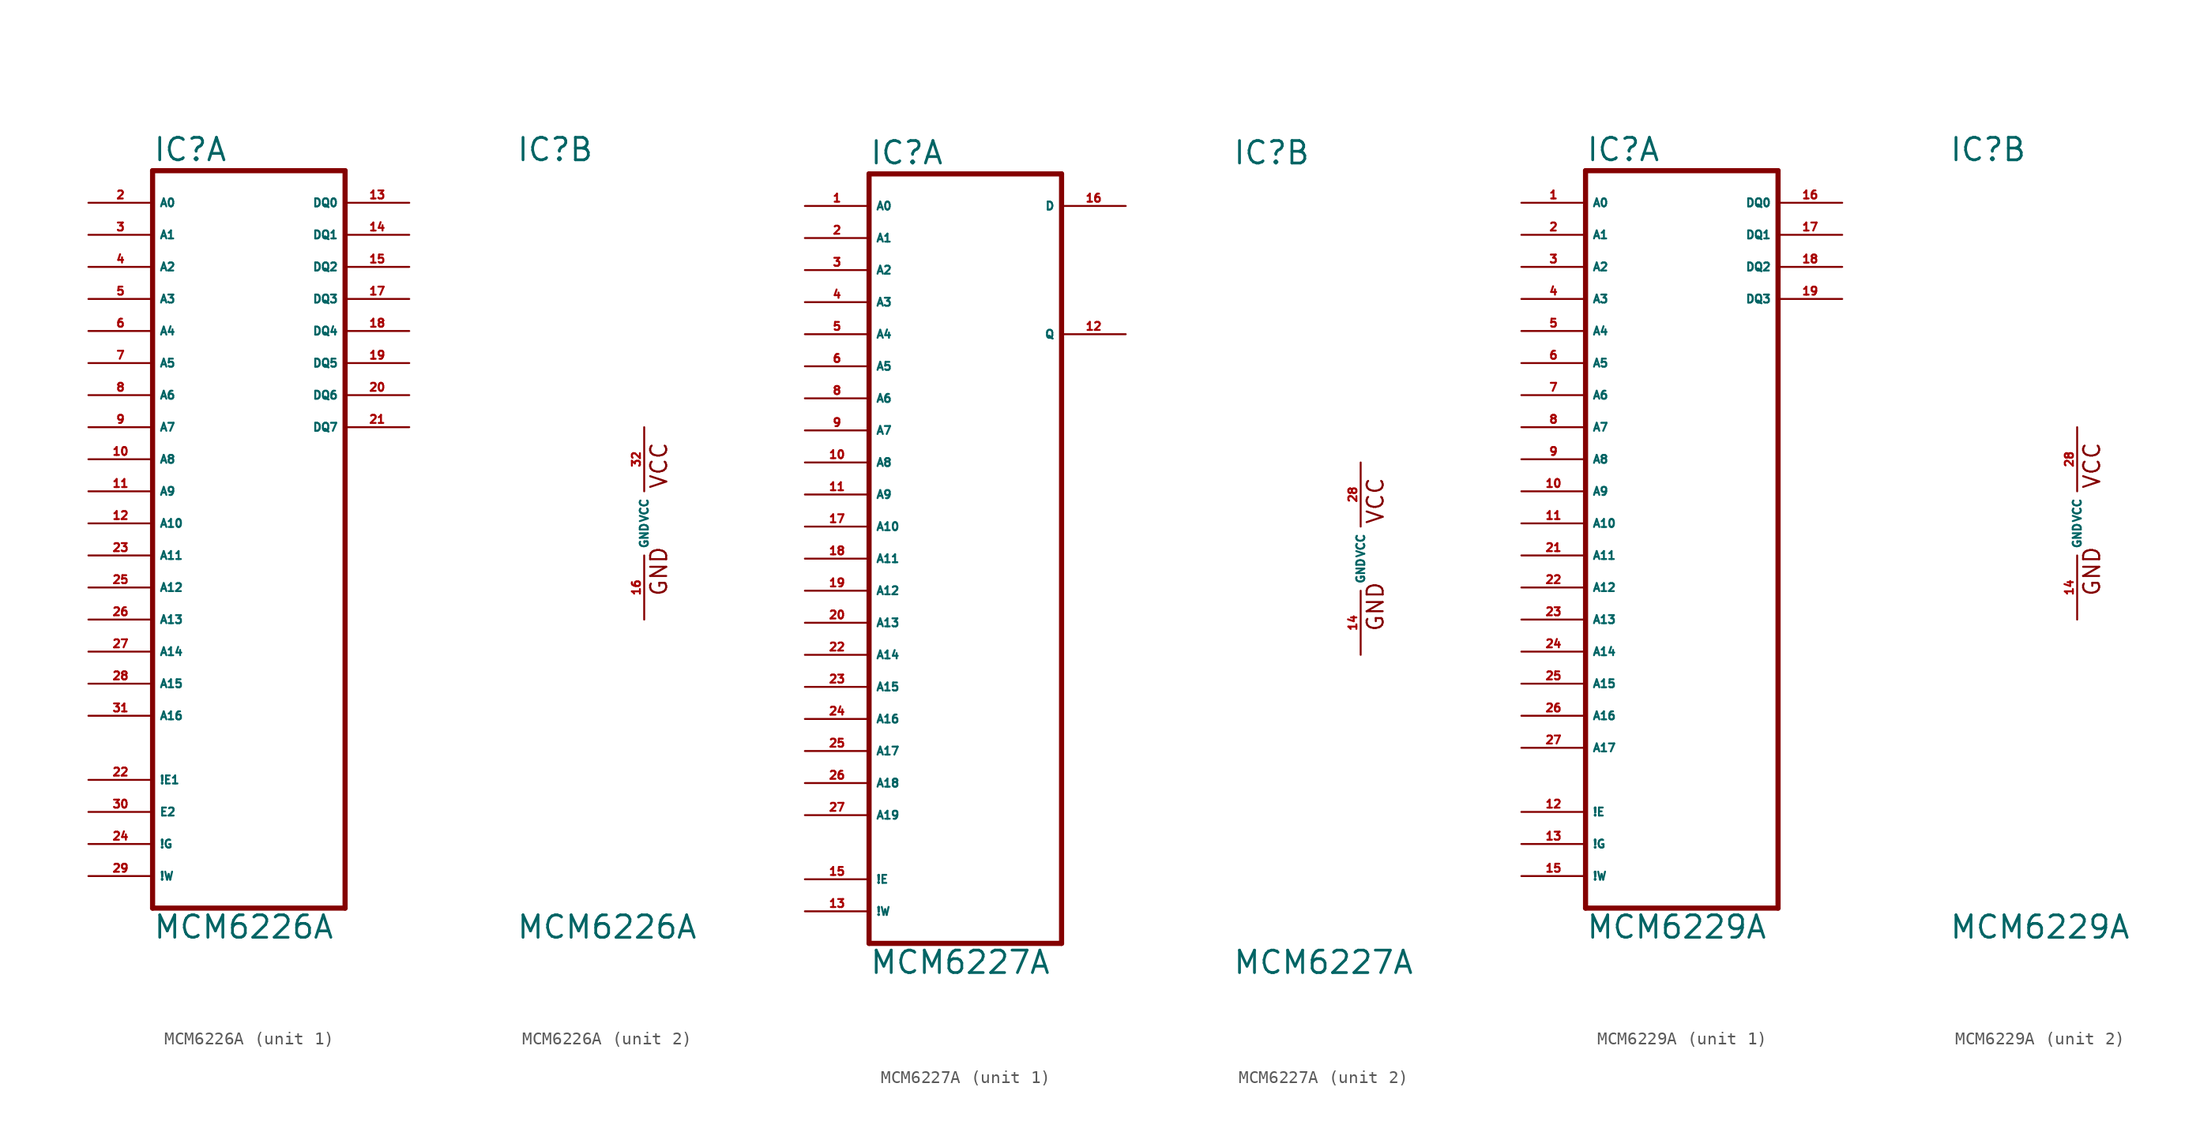
<source format=kicad_sym>
(kicad_symbol_lib
  (version 20220914)
  (generator Eagle2Kicad)
  (symbol "MCM6226A"
    (property "Reference" "IC"
      (at -10.16 28.575 0)
      (effects (font (size 1.778 1.778) (thickness 0.22)) (justify left bottom)))
    (property "Value" "MCM6226A"
      (at -10.16 -33.02 0)
      (effects (font (size 1.778 1.778) (thickness 0.22)) (justify left bottom)))
    (symbol "MCM6226A_1_0"
      (polyline (pts (xy -10.16 27.94) (xy -10.16 -30.48)) (stroke (width 0.406) (type default)) (fill (type none)))
      (polyline (pts (xy 5.08 -30.48) (xy -10.16 -30.48)) (stroke (width 0.406) (type default)) (fill (type none)))
      (polyline (pts (xy 5.08 -30.48) (xy 5.08 27.94)) (stroke (width 0.406) (type default)) (fill (type none)))
      (polyline (pts (xy -10.16 27.94) (xy 5.08 27.94)) (stroke (width 0.406) (type default)) (fill (type none)))
      (pin input line (at -15.24 25.4 0) (length 5.08) (name "A0" (effects (font (size 0.635 0.635) (thickness 0.08)) (justify left bottom))) (number "2" (effects (font (size 0.635 0.635) (thickness 0.08)) (justify left bottom))))
      (pin input line (at -15.24 22.86 0) (length 5.08) (name "A1" (effects (font (size 0.635 0.635) (thickness 0.08)) (justify left bottom))) (number "3" (effects (font (size 0.635 0.635) (thickness 0.08)) (justify left bottom))))
      (pin input line (at -15.24 20.32 0) (length 5.08) (name "A2" (effects (font (size 0.635 0.635) (thickness 0.08)) (justify left bottom))) (number "4" (effects (font (size 0.635 0.635) (thickness 0.08)) (justify left bottom))))
      (pin input line (at -15.24 17.78 0) (length 5.08) (name "A3" (effects (font (size 0.635 0.635) (thickness 0.08)) (justify left bottom))) (number "5" (effects (font (size 0.635 0.635) (thickness 0.08)) (justify left bottom))))
      (pin input line (at -15.24 15.24 0) (length 5.08) (name "A4" (effects (font (size 0.635 0.635) (thickness 0.08)) (justify left bottom))) (number "6" (effects (font (size 0.635 0.635) (thickness 0.08)) (justify left bottom))))
      (pin input line (at -15.24 12.7 0) (length 5.08) (name "A5" (effects (font (size 0.635 0.635) (thickness 0.08)) (justify left bottom))) (number "7" (effects (font (size 0.635 0.635) (thickness 0.08)) (justify left bottom))))
      (pin input line (at -15.24 10.16 0) (length 5.08) (name "A6" (effects (font (size 0.635 0.635) (thickness 0.08)) (justify left bottom))) (number "8" (effects (font (size 0.635 0.635) (thickness 0.08)) (justify left bottom))))
      (pin input line (at -15.24 7.62 0) (length 5.08) (name "A7" (effects (font (size 0.635 0.635) (thickness 0.08)) (justify left bottom))) (number "9" (effects (font (size 0.635 0.635) (thickness 0.08)) (justify left bottom))))
      (pin input line (at -15.24 5.08 0) (length 5.08) (name "A8" (effects (font (size 0.635 0.635) (thickness 0.08)) (justify left bottom))) (number "10" (effects (font (size 0.635 0.635) (thickness 0.08)) (justify left bottom))))
      (pin bidirectional line (at 10.16 25.4 180) (length 5.08) (name "DQ0" (effects (font (size 0.635 0.635) (thickness 0.08)) (justify left bottom))) (number "13" (effects (font (size 0.635 0.635) (thickness 0.08)) (justify left bottom))))
      (pin bidirectional line (at 10.16 22.86 180) (length 5.08) (name "DQ1" (effects (font (size 0.635 0.635) (thickness 0.08)) (justify left bottom))) (number "14" (effects (font (size 0.635 0.635) (thickness 0.08)) (justify left bottom))))
      (pin bidirectional line (at 10.16 20.32 180) (length 5.08) (name "DQ2" (effects (font (size 0.635 0.635) (thickness 0.08)) (justify left bottom))) (number "15" (effects (font (size 0.635 0.635) (thickness 0.08)) (justify left bottom))))
      (pin bidirectional line (at 10.16 17.78 180) (length 5.08) (name "DQ3" (effects (font (size 0.635 0.635) (thickness 0.08)) (justify left bottom))) (number "17" (effects (font (size 0.635 0.635) (thickness 0.08)) (justify left bottom))))
      (pin bidirectional line (at 10.16 15.24 180) (length 5.08) (name "DQ4" (effects (font (size 0.635 0.635) (thickness 0.08)) (justify left bottom))) (number "18" (effects (font (size 0.635 0.635) (thickness 0.08)) (justify left bottom))))
      (pin bidirectional line (at 10.16 12.7 180) (length 5.08) (name "DQ5" (effects (font (size 0.635 0.635) (thickness 0.08)) (justify left bottom))) (number "19" (effects (font (size 0.635 0.635) (thickness 0.08)) (justify left bottom))))
      (pin bidirectional line (at 10.16 10.16 180) (length 5.08) (name "DQ6" (effects (font (size 0.635 0.635) (thickness 0.08)) (justify left bottom))) (number "20" (effects (font (size 0.635 0.635) (thickness 0.08)) (justify left bottom))))
      (pin bidirectional line (at 10.16 7.62 180) (length 5.08) (name "DQ7" (effects (font (size 0.635 0.635) (thickness 0.08)) (justify left bottom))) (number "21" (effects (font (size 0.635 0.635) (thickness 0.08)) (justify left bottom))))
      (pin input line (at -15.24 2.54 0) (length 5.08) (name "A9" (effects (font (size 0.635 0.635) (thickness 0.08)) (justify left bottom))) (number "11" (effects (font (size 0.635 0.635) (thickness 0.08)) (justify left bottom))))
      (pin input line (at -15.24 0 0) (length 5.08) (name "A10" (effects (font (size 0.635 0.635) (thickness 0.08)) (justify left bottom))) (number "12" (effects (font (size 0.635 0.635) (thickness 0.08)) (justify left bottom))))
      (pin input line (at -15.24 -2.54 0) (length 5.08) (name "A11" (effects (font (size 0.635 0.635) (thickness 0.08)) (justify left bottom))) (number "23" (effects (font (size 0.635 0.635) (thickness 0.08)) (justify left bottom))))
      (pin input line (at -15.24 -5.08 0) (length 5.08) (name "A12" (effects (font (size 0.635 0.635) (thickness 0.08)) (justify left bottom))) (number "25" (effects (font (size 0.635 0.635) (thickness 0.08)) (justify left bottom))))
      (pin input line (at -15.24 -7.62 0) (length 5.08) (name "A13" (effects (font (size 0.635 0.635) (thickness 0.08)) (justify left bottom))) (number "26" (effects (font (size 0.635 0.635) (thickness 0.08)) (justify left bottom))))
      (pin input line (at -15.24 -10.16 0) (length 5.08) (name "A14" (effects (font (size 0.635 0.635) (thickness 0.08)) (justify left bottom))) (number "27" (effects (font (size 0.635 0.635) (thickness 0.08)) (justify left bottom))))
      (pin input line (at -15.24 -20.32 0) (length 5.08) (name "!E1" (effects (font (size 0.635 0.635) (thickness 0.08)) (justify left bottom))) (number "22" (effects (font (size 0.635 0.635) (thickness 0.08)) (justify left bottom))))
      (pin input line (at -15.24 -25.4 0) (length 5.08) (name "!G" (effects (font (size 0.635 0.635) (thickness 0.08)) (justify left bottom))) (number "24" (effects (font (size 0.635 0.635) (thickness 0.08)) (justify left bottom))))
      (pin input line (at -15.24 -27.94 0) (length 5.08) (name "!W" (effects (font (size 0.635 0.635) (thickness 0.08)) (justify left bottom))) (number "29" (effects (font (size 0.635 0.635) (thickness 0.08)) (justify left bottom))))
      (pin input line (at -15.24 -22.86 0) (length 5.08) (name "E2" (effects (font (size 0.635 0.635) (thickness 0.08)) (justify left bottom))) (number "30" (effects (font (size 0.635 0.635) (thickness 0.08)) (justify left bottom))))
      (pin input line (at -15.24 -12.7 0) (length 5.08) (name "A15" (effects (font (size 0.635 0.635) (thickness 0.08)) (justify left bottom))) (number "28" (effects (font (size 0.635 0.635) (thickness 0.08)) (justify left bottom))))
      (pin input line (at -15.24 -15.24 0) (length 5.08) (name "A16" (effects (font (size 0.635 0.635) (thickness 0.08)) (justify left bottom))) (number "31" (effects (font (size 0.635 0.635) (thickness 0.08)) (justify left bottom)))))
    (symbol "MCM6226A_2_0"
      (text "GND" (at 1.905 -5.842 900) (effects (font (size 1.27 1.27) (thickness 0.16)) (justify left bottom)))
      (text "VCC" (at 1.905 2.667 900) (effects (font (size 1.27 1.27) (thickness 0.16)) (justify left bottom)))
      (pin unspecified line (at 0 -7.62 90) (length 5.08) (name "GND" (effects (font (size 0.635 0.635) (thickness 0.08)) (justify left bottom))) (number "16" (effects (font (size 0.635 0.635) (thickness 0.08)) (justify left bottom))))
      (pin unspecified line (at 0 7.62 270) (length 5.08) (name "VCC" (effects (font (size 0.635 0.635) (thickness 0.08)) (justify left bottom))) (number "32" (effects (font (size 0.635 0.635) (thickness 0.08)) (justify left bottom))))))
  (symbol "MCM6227A"
    (property "Reference" "IC"
      (at -10.16 31.115 0)
      (effects (font (size 1.778 1.778) (thickness 0.22)) (justify left bottom)))
    (property "Value" "MCM6227A"
      (at -10.16 -33.02 0)
      (effects (font (size 1.778 1.778) (thickness 0.22)) (justify left bottom)))
    (symbol "MCM6227A_1_0"
      (polyline (pts (xy -10.16 30.48) (xy -10.16 -30.48)) (stroke (width 0.406) (type default)) (fill (type none)))
      (polyline (pts (xy 5.08 -30.48) (xy -10.16 -30.48)) (stroke (width 0.406) (type default)) (fill (type none)))
      (polyline (pts (xy 5.08 -30.48) (xy 5.08 30.48)) (stroke (width 0.406) (type default)) (fill (type none)))
      (polyline (pts (xy -10.16 30.48) (xy 5.08 30.48)) (stroke (width 0.406) (type default)) (fill (type none)))
      (pin input line (at -15.24 27.94 0) (length 5.08) (name "A0" (effects (font (size 0.635 0.635) (thickness 0.08)) (justify left bottom))) (number "1" (effects (font (size 0.635 0.635) (thickness 0.08)) (justify left bottom))))
      (pin input line (at -15.24 25.4 0) (length 5.08) (name "A1" (effects (font (size 0.635 0.635) (thickness 0.08)) (justify left bottom))) (number "2" (effects (font (size 0.635 0.635) (thickness 0.08)) (justify left bottom))))
      (pin input line (at -15.24 22.86 0) (length 5.08) (name "A2" (effects (font (size 0.635 0.635) (thickness 0.08)) (justify left bottom))) (number "3" (effects (font (size 0.635 0.635) (thickness 0.08)) (justify left bottom))))
      (pin input line (at -15.24 20.32 0) (length 5.08) (name "A3" (effects (font (size 0.635 0.635) (thickness 0.08)) (justify left bottom))) (number "4" (effects (font (size 0.635 0.635) (thickness 0.08)) (justify left bottom))))
      (pin input line (at -15.24 17.78 0) (length 5.08) (name "A4" (effects (font (size 0.635 0.635) (thickness 0.08)) (justify left bottom))) (number "5" (effects (font (size 0.635 0.635) (thickness 0.08)) (justify left bottom))))
      (pin input line (at -15.24 15.24 0) (length 5.08) (name "A5" (effects (font (size 0.635 0.635) (thickness 0.08)) (justify left bottom))) (number "6" (effects (font (size 0.635 0.635) (thickness 0.08)) (justify left bottom))))
      (pin input line (at -15.24 12.7 0) (length 5.08) (name "A6" (effects (font (size 0.635 0.635) (thickness 0.08)) (justify left bottom))) (number "8" (effects (font (size 0.635 0.635) (thickness 0.08)) (justify left bottom))))
      (pin input line (at -15.24 10.16 0) (length 5.08) (name "A7" (effects (font (size 0.635 0.635) (thickness 0.08)) (justify left bottom))) (number "9" (effects (font (size 0.635 0.635) (thickness 0.08)) (justify left bottom))))
      (pin input line (at -15.24 7.62 0) (length 5.08) (name "A8" (effects (font (size 0.635 0.635) (thickness 0.08)) (justify left bottom))) (number "10" (effects (font (size 0.635 0.635) (thickness 0.08)) (justify left bottom))))
      (pin input line (at 10.16 27.94 180) (length 5.08) (name "D" (effects (font (size 0.635 0.635) (thickness 0.08)) (justify left bottom))) (number "16" (effects (font (size 0.635 0.635) (thickness 0.08)) (justify left bottom))))
      (pin tri_state line (at 10.16 17.78 180) (length 5.08) (name "Q" (effects (font (size 0.635 0.635) (thickness 0.08)) (justify left bottom))) (number "12" (effects (font (size 0.635 0.635) (thickness 0.08)) (justify left bottom))))
      (pin input line (at -15.24 -20.32 0) (length 5.08) (name "A19" (effects (font (size 0.635 0.635) (thickness 0.08)) (justify left bottom))) (number "27" (effects (font (size 0.635 0.635) (thickness 0.08)) (justify left bottom))))
      (pin input line (at -15.24 -17.78 0) (length 5.08) (name "A18" (effects (font (size 0.635 0.635) (thickness 0.08)) (justify left bottom))) (number "26" (effects (font (size 0.635 0.635) (thickness 0.08)) (justify left bottom))))
      (pin input line (at -15.24 -15.24 0) (length 5.08) (name "A17" (effects (font (size 0.635 0.635) (thickness 0.08)) (justify left bottom))) (number "25" (effects (font (size 0.635 0.635) (thickness 0.08)) (justify left bottom))))
      (pin input line (at -15.24 5.08 0) (length 5.08) (name "A9" (effects (font (size 0.635 0.635) (thickness 0.08)) (justify left bottom))) (number "11" (effects (font (size 0.635 0.635) (thickness 0.08)) (justify left bottom))))
      (pin input line (at -15.24 2.54 0) (length 5.08) (name "A10" (effects (font (size 0.635 0.635) (thickness 0.08)) (justify left bottom))) (number "17" (effects (font (size 0.635 0.635) (thickness 0.08)) (justify left bottom))))
      (pin input line (at -15.24 0 0) (length 5.08) (name "A11" (effects (font (size 0.635 0.635) (thickness 0.08)) (justify left bottom))) (number "18" (effects (font (size 0.635 0.635) (thickness 0.08)) (justify left bottom))))
      (pin input line (at -15.24 -2.54 0) (length 5.08) (name "A12" (effects (font (size 0.635 0.635) (thickness 0.08)) (justify left bottom))) (number "19" (effects (font (size 0.635 0.635) (thickness 0.08)) (justify left bottom))))
      (pin input line (at -15.24 -5.08 0) (length 5.08) (name "A13" (effects (font (size 0.635 0.635) (thickness 0.08)) (justify left bottom))) (number "20" (effects (font (size 0.635 0.635) (thickness 0.08)) (justify left bottom))))
      (pin input line (at -15.24 -7.62 0) (length 5.08) (name "A14" (effects (font (size 0.635 0.635) (thickness 0.08)) (justify left bottom))) (number "22" (effects (font (size 0.635 0.635) (thickness 0.08)) (justify left bottom))))
      (pin input line (at -15.24 -25.4 0) (length 5.08) (name "!E" (effects (font (size 0.635 0.635) (thickness 0.08)) (justify left bottom))) (number "15" (effects (font (size 0.635 0.635) (thickness 0.08)) (justify left bottom))))
      (pin input line (at -15.24 -27.94 0) (length 5.08) (name "!W" (effects (font (size 0.635 0.635) (thickness 0.08)) (justify left bottom))) (number "13" (effects (font (size 0.635 0.635) (thickness 0.08)) (justify left bottom))))
      (pin input line (at -15.24 -10.16 0) (length 5.08) (name "A15" (effects (font (size 0.635 0.635) (thickness 0.08)) (justify left bottom))) (number "23" (effects (font (size 0.635 0.635) (thickness 0.08)) (justify left bottom))))
      (pin input line (at -15.24 -12.7 0) (length 5.08) (name "A16" (effects (font (size 0.635 0.635) (thickness 0.08)) (justify left bottom))) (number "24" (effects (font (size 0.635 0.635) (thickness 0.08)) (justify left bottom)))))
    (symbol "MCM6227A_2_0"
      (text "GND" (at 1.905 -5.842 900) (effects (font (size 1.27 1.27) (thickness 0.16)) (justify left bottom)))
      (text "VCC" (at 1.905 2.667 900) (effects (font (size 1.27 1.27) (thickness 0.16)) (justify left bottom)))
      (pin unspecified line (at 0 -7.62 90) (length 5.08) (name "GND" (effects (font (size 0.635 0.635) (thickness 0.08)) (justify left bottom))) (number "14" (effects (font (size 0.635 0.635) (thickness 0.08)) (justify left bottom))))
      (pin unspecified line (at 0 7.62 270) (length 5.08) (name "VCC" (effects (font (size 0.635 0.635) (thickness 0.08)) (justify left bottom))) (number "28" (effects (font (size 0.635 0.635) (thickness 0.08)) (justify left bottom))))))
  (symbol "MCM6229A"
    (property "Reference" "IC"
      (at -10.16 28.575 0)
      (effects (font (size 1.778 1.778) (thickness 0.22)) (justify left bottom)))
    (property "Value" "MCM6229A"
      (at -10.16 -33.02 0)
      (effects (font (size 1.778 1.778) (thickness 0.22)) (justify left bottom)))
    (symbol "MCM6229A_1_0"
      (polyline (pts (xy -10.16 27.94) (xy -10.16 -30.48)) (stroke (width 0.406) (type default)) (fill (type none)))
      (polyline (pts (xy 5.08 -30.48) (xy -10.16 -30.48)) (stroke (width 0.406) (type default)) (fill (type none)))
      (polyline (pts (xy 5.08 -30.48) (xy 5.08 27.94)) (stroke (width 0.406) (type default)) (fill (type none)))
      (polyline (pts (xy -10.16 27.94) (xy 5.08 27.94)) (stroke (width 0.406) (type default)) (fill (type none)))
      (pin input line (at -15.24 25.4 0) (length 5.08) (name "A0" (effects (font (size 0.635 0.635) (thickness 0.08)) (justify left bottom))) (number "1" (effects (font (size 0.635 0.635) (thickness 0.08)) (justify left bottom))))
      (pin input line (at -15.24 22.86 0) (length 5.08) (name "A1" (effects (font (size 0.635 0.635) (thickness 0.08)) (justify left bottom))) (number "2" (effects (font (size 0.635 0.635) (thickness 0.08)) (justify left bottom))))
      (pin input line (at -15.24 20.32 0) (length 5.08) (name "A2" (effects (font (size 0.635 0.635) (thickness 0.08)) (justify left bottom))) (number "3" (effects (font (size 0.635 0.635) (thickness 0.08)) (justify left bottom))))
      (pin input line (at -15.24 17.78 0) (length 5.08) (name "A3" (effects (font (size 0.635 0.635) (thickness 0.08)) (justify left bottom))) (number "4" (effects (font (size 0.635 0.635) (thickness 0.08)) (justify left bottom))))
      (pin input line (at -15.24 15.24 0) (length 5.08) (name "A4" (effects (font (size 0.635 0.635) (thickness 0.08)) (justify left bottom))) (number "5" (effects (font (size 0.635 0.635) (thickness 0.08)) (justify left bottom))))
      (pin input line (at -15.24 12.7 0) (length 5.08) (name "A5" (effects (font (size 0.635 0.635) (thickness 0.08)) (justify left bottom))) (number "6" (effects (font (size 0.635 0.635) (thickness 0.08)) (justify left bottom))))
      (pin input line (at -15.24 10.16 0) (length 5.08) (name "A6" (effects (font (size 0.635 0.635) (thickness 0.08)) (justify left bottom))) (number "7" (effects (font (size 0.635 0.635) (thickness 0.08)) (justify left bottom))))
      (pin input line (at -15.24 7.62 0) (length 5.08) (name "A7" (effects (font (size 0.635 0.635) (thickness 0.08)) (justify left bottom))) (number "8" (effects (font (size 0.635 0.635) (thickness 0.08)) (justify left bottom))))
      (pin input line (at -15.24 5.08 0) (length 5.08) (name "A8" (effects (font (size 0.635 0.635) (thickness 0.08)) (justify left bottom))) (number "9" (effects (font (size 0.635 0.635) (thickness 0.08)) (justify left bottom))))
      (pin bidirectional line (at 10.16 25.4 180) (length 5.08) (name "DQ0" (effects (font (size 0.635 0.635) (thickness 0.08)) (justify left bottom))) (number "16" (effects (font (size 0.635 0.635) (thickness 0.08)) (justify left bottom))))
      (pin bidirectional line (at 10.16 22.86 180) (length 5.08) (name "DQ1" (effects (font (size 0.635 0.635) (thickness 0.08)) (justify left bottom))) (number "17" (effects (font (size 0.635 0.635) (thickness 0.08)) (justify left bottom))))
      (pin bidirectional line (at 10.16 20.32 180) (length 5.08) (name "DQ2" (effects (font (size 0.635 0.635) (thickness 0.08)) (justify left bottom))) (number "18" (effects (font (size 0.635 0.635) (thickness 0.08)) (justify left bottom))))
      (pin bidirectional line (at 10.16 17.78 180) (length 5.08) (name "DQ3" (effects (font (size 0.635 0.635) (thickness 0.08)) (justify left bottom))) (number "19" (effects (font (size 0.635 0.635) (thickness 0.08)) (justify left bottom))))
      (pin input line (at -15.24 -12.7 0) (length 5.08) (name "A15" (effects (font (size 0.635 0.635) (thickness 0.08)) (justify left bottom))) (number "25" (effects (font (size 0.635 0.635) (thickness 0.08)) (justify left bottom))))
      (pin input line (at -15.24 2.54 0) (length 5.08) (name "A9" (effects (font (size 0.635 0.635) (thickness 0.08)) (justify left bottom))) (number "10" (effects (font (size 0.635 0.635) (thickness 0.08)) (justify left bottom))))
      (pin input line (at -15.24 0 0) (length 5.08) (name "A10" (effects (font (size 0.635 0.635) (thickness 0.08)) (justify left bottom))) (number "11" (effects (font (size 0.635 0.635) (thickness 0.08)) (justify left bottom))))
      (pin input line (at -15.24 -2.54 0) (length 5.08) (name "A11" (effects (font (size 0.635 0.635) (thickness 0.08)) (justify left bottom))) (number "21" (effects (font (size 0.635 0.635) (thickness 0.08)) (justify left bottom))))
      (pin input line (at -15.24 -5.08 0) (length 5.08) (name "A12" (effects (font (size 0.635 0.635) (thickness 0.08)) (justify left bottom))) (number "22" (effects (font (size 0.635 0.635) (thickness 0.08)) (justify left bottom))))
      (pin input line (at -15.24 -7.62 0) (length 5.08) (name "A13" (effects (font (size 0.635 0.635) (thickness 0.08)) (justify left bottom))) (number "23" (effects (font (size 0.635 0.635) (thickness 0.08)) (justify left bottom))))
      (pin input line (at -15.24 -10.16 0) (length 5.08) (name "A14" (effects (font (size 0.635 0.635) (thickness 0.08)) (justify left bottom))) (number "24" (effects (font (size 0.635 0.635) (thickness 0.08)) (justify left bottom))))
      (pin input line (at -15.24 -22.86 0) (length 5.08) (name "!E" (effects (font (size 0.635 0.635) (thickness 0.08)) (justify left bottom))) (number "12" (effects (font (size 0.635 0.635) (thickness 0.08)) (justify left bottom))))
      (pin input line (at -15.24 -25.4 0) (length 5.08) (name "!G" (effects (font (size 0.635 0.635) (thickness 0.08)) (justify left bottom))) (number "13" (effects (font (size 0.635 0.635) (thickness 0.08)) (justify left bottom))))
      (pin input line (at -15.24 -27.94 0) (length 5.08) (name "!W" (effects (font (size 0.635 0.635) (thickness 0.08)) (justify left bottom))) (number "15" (effects (font (size 0.635 0.635) (thickness 0.08)) (justify left bottom))))
      (pin input line (at -15.24 -15.24 0) (length 5.08) (name "A16" (effects (font (size 0.635 0.635) (thickness 0.08)) (justify left bottom))) (number "26" (effects (font (size 0.635 0.635) (thickness 0.08)) (justify left bottom))))
      (pin input line (at -15.24 -17.78 0) (length 5.08) (name "A17" (effects (font (size 0.635 0.635) (thickness 0.08)) (justify left bottom))) (number "27" (effects (font (size 0.635 0.635) (thickness 0.08)) (justify left bottom)))))
    (symbol "MCM6229A_2_0"
      (text "GND" (at 1.905 -5.842 900) (effects (font (size 1.27 1.27) (thickness 0.16)) (justify left bottom)))
      (text "VCC" (at 1.905 2.667 900) (effects (font (size 1.27 1.27) (thickness 0.16)) (justify left bottom)))
      (pin unspecified line (at 0 -7.62 90) (length 5.08) (name "GND" (effects (font (size 0.635 0.635) (thickness 0.08)) (justify left bottom))) (number "14" (effects (font (size 0.635 0.635) (thickness 0.08)) (justify left bottom))))
      (pin unspecified line (at 0 7.62 270) (length 5.08) (name "VCC" (effects (font (size 0.635 0.635) (thickness 0.08)) (justify left bottom))) (number "28" (effects (font (size 0.635 0.635) (thickness 0.08)) (justify left bottom)))))))
</source>
